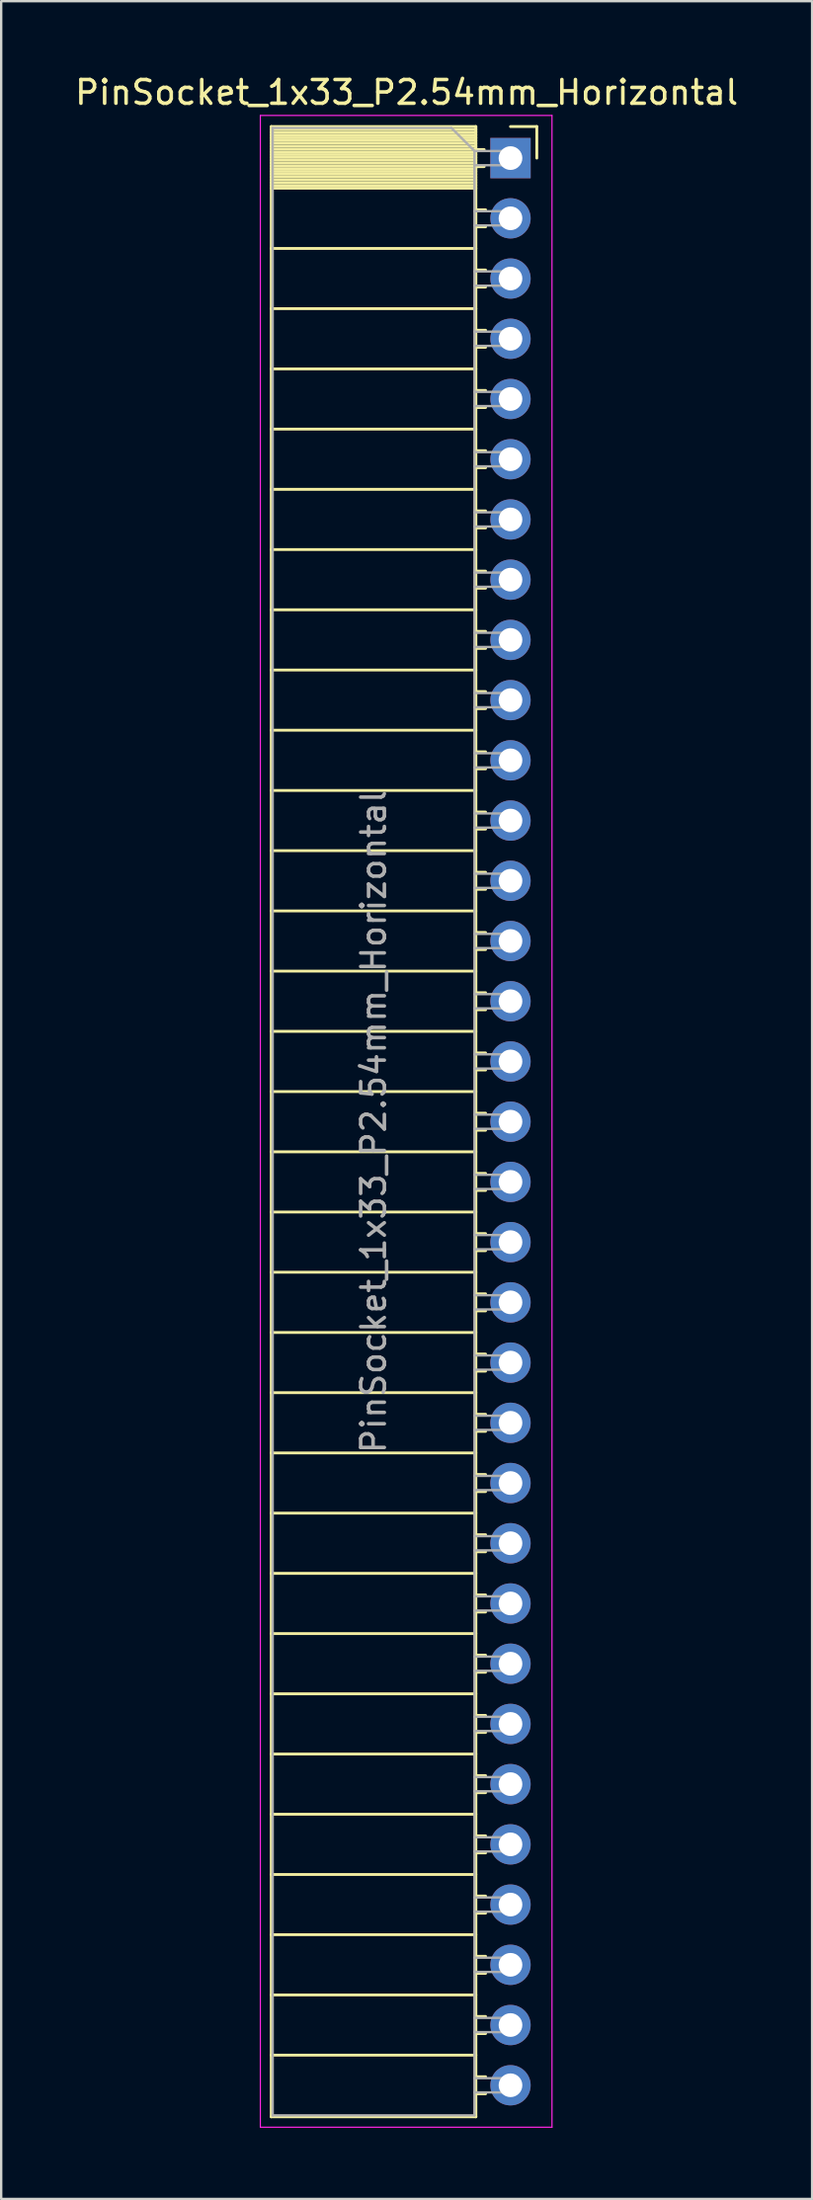
<source format=kicad_pcb>
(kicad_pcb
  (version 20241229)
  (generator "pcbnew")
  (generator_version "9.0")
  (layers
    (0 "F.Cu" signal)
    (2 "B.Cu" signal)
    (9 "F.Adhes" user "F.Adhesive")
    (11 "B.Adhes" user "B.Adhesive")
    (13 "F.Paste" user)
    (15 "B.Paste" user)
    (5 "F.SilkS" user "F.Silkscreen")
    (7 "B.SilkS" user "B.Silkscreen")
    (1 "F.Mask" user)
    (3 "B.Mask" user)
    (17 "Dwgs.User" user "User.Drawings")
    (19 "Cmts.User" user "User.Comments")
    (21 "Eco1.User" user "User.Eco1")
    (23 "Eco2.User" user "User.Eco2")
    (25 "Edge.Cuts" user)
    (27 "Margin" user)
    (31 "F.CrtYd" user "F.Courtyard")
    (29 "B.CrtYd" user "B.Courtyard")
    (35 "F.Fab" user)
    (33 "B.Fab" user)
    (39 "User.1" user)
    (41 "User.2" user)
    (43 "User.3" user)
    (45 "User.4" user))
  (footprint "PinSocket_1x33_P2.54mm_Horizontal"
    (layer "F.Cu")
    (at 18.481 3.618)
    (property "Reference" "PinSocket_1x33_P2.54mm_Horizontal" (at -4.38 -2.77 0) (layer "F.SilkS") (effects (font (size 1 1) (thickness 0.15))))
    (attr through_hole)
    (fp_line (start -10.09 -1.33) (end -10.09 82.61) (stroke (width 0.12) (type solid)) (layer "F.SilkS"))
    (fp_line (start -10.09 -1.33) (end -1.46 -1.33) (stroke (width 0.12) (type solid)) (layer "F.SilkS"))
    (fp_line (start -10.09 -1.21) (end -1.46 -1.21) (stroke (width 0.12) (type solid)) (layer "F.SilkS"))
    (fp_line (start -10.09 -1.092) (end -1.46 -1.092) (stroke (width 0.12) (type solid)) (layer "F.SilkS"))
    (fp_line (start -10.09 -0.974) (end -1.46 -0.974) (stroke (width 0.12) (type solid)) (layer "F.SilkS"))
    (fp_line (start -10.09 -0.856) (end -1.46 -0.856) (stroke (width 0.12) (type solid)) (layer "F.SilkS"))
    (fp_line (start -10.09 -0.738) (end -1.46 -0.738) (stroke (width 0.12) (type solid)) (layer "F.SilkS"))
    (fp_line (start -10.09 -0.62) (end -1.46 -0.62) (stroke (width 0.12) (type solid)) (layer "F.SilkS"))
    (fp_line (start -10.09 -0.501) (end -1.46 -0.501) (stroke (width 0.12) (type solid)) (layer "F.SilkS"))
    (fp_line (start -10.09 -0.383) (end -1.46 -0.383) (stroke (width 0.12) (type solid)) (layer "F.SilkS"))
    (fp_line (start -10.09 -0.265) (end -1.46 -0.265) (stroke (width 0.12) (type solid)) (layer "F.SilkS"))
    (fp_line (start -10.09 -0.147) (end -1.46 -0.147) (stroke (width 0.12) (type solid)) (layer "F.SilkS"))
    (fp_line (start -10.09 -0.029) (end -1.46 -0.029) (stroke (width 0.12) (type solid)) (layer "F.SilkS"))
    (fp_line (start -10.09 0.089) (end -1.46 0.089) (stroke (width 0.12) (type solid)) (layer "F.SilkS"))
    (fp_line (start -10.09 0.207) (end -1.46 0.207) (stroke (width 0.12) (type solid)) (layer "F.SilkS"))
    (fp_line (start -10.09 0.325) (end -1.46 0.325) (stroke (width 0.12) (type solid)) (layer "F.SilkS"))
    (fp_line (start -10.09 0.443) (end -1.46 0.443) (stroke (width 0.12) (type solid)) (layer "F.SilkS"))
    (fp_line (start -10.09 0.561) (end -1.46 0.561) (stroke (width 0.12) (type solid)) (layer "F.SilkS"))
    (fp_line (start -10.09 0.68) (end -1.46 0.68) (stroke (width 0.12) (type solid)) (layer "F.SilkS"))
    (fp_line (start -10.09 0.798) (end -1.46 0.798) (stroke (width 0.12) (type solid)) (layer "F.SilkS"))
    (fp_line (start -10.09 0.916) (end -1.46 0.916) (stroke (width 0.12) (type solid)) (layer "F.SilkS"))
    (fp_line (start -10.09 1.034) (end -1.46 1.034) (stroke (width 0.12) (type solid)) (layer "F.SilkS"))
    (fp_line (start -10.09 1.152) (end -1.46 1.152) (stroke (width 0.12) (type solid)) (layer "F.SilkS"))
    (fp_line (start -10.09 1.27) (end -1.46 1.27) (stroke (width 0.12) (type solid)) (layer "F.SilkS"))
    (fp_line (start -10.09 3.81) (end -1.46 3.81) (stroke (width 0.12) (type solid)) (layer "F.SilkS"))
    (fp_line (start -10.09 6.35) (end -1.46 6.35) (stroke (width 0.12) (type solid)) (layer "F.SilkS"))
    (fp_line (start -10.09 8.89) (end -1.46 8.89) (stroke (width 0.12) (type solid)) (layer "F.SilkS"))
    (fp_line (start -10.09 11.43) (end -1.46 11.43) (stroke (width 0.12) (type solid)) (layer "F.SilkS"))
    (fp_line (start -10.09 13.97) (end -1.46 13.97) (stroke (width 0.12) (type solid)) (layer "F.SilkS"))
    (fp_line (start -10.09 16.51) (end -1.46 16.51) (stroke (width 0.12) (type solid)) (layer "F.SilkS"))
    (fp_line (start -10.09 19.05) (end -1.46 19.05) (stroke (width 0.12) (type solid)) (layer "F.SilkS"))
    (fp_line (start -10.09 21.59) (end -1.46 21.59) (stroke (width 0.12) (type solid)) (layer "F.SilkS"))
    (fp_line (start -10.09 24.13) (end -1.46 24.13) (stroke (width 0.12) (type solid)) (layer "F.SilkS"))
    (fp_line (start -10.09 26.67) (end -1.46 26.67) (stroke (width 0.12) (type solid)) (layer "F.SilkS"))
    (fp_line (start -10.09 29.21) (end -1.46 29.21) (stroke (width 0.12) (type solid)) (layer "F.SilkS"))
    (fp_line (start -10.09 31.75) (end -1.46 31.75) (stroke (width 0.12) (type solid)) (layer "F.SilkS"))
    (fp_line (start -10.09 34.29) (end -1.46 34.29) (stroke (width 0.12) (type solid)) (layer "F.SilkS"))
    (fp_line (start -10.09 36.83) (end -1.46 36.83) (stroke (width 0.12) (type solid)) (layer "F.SilkS"))
    (fp_line (start -10.09 39.37) (end -1.46 39.37) (stroke (width 0.12) (type solid)) (layer "F.SilkS"))
    (fp_line (start -10.09 41.91) (end -1.46 41.91) (stroke (width 0.12) (type solid)) (layer "F.SilkS"))
    (fp_line (start -10.09 44.45) (end -1.46 44.45) (stroke (width 0.12) (type solid)) (layer "F.SilkS"))
    (fp_line (start -10.09 46.99) (end -1.46 46.99) (stroke (width 0.12) (type solid)) (layer "F.SilkS"))
    (fp_line (start -10.09 49.53) (end -1.46 49.53) (stroke (width 0.12) (type solid)) (layer "F.SilkS"))
    (fp_line (start -10.09 52.07) (end -1.46 52.07) (stroke (width 0.12) (type solid)) (layer "F.SilkS"))
    (fp_line (start -10.09 54.61) (end -1.46 54.61) (stroke (width 0.12) (type solid)) (layer "F.SilkS"))
    (fp_line (start -10.09 57.15) (end -1.46 57.15) (stroke (width 0.12) (type solid)) (layer "F.SilkS"))
    (fp_line (start -10.09 59.69) (end -1.46 59.69) (stroke (width 0.12) (type solid)) (layer "F.SilkS"))
    (fp_line (start -10.09 62.23) (end -1.46 62.23) (stroke (width 0.12) (type solid)) (layer "F.SilkS"))
    (fp_line (start -10.09 64.77) (end -1.46 64.77) (stroke (width 0.12) (type solid)) (layer "F.SilkS"))
    (fp_line (start -10.09 67.31) (end -1.46 67.31) (stroke (width 0.12) (type solid)) (layer "F.SilkS"))
    (fp_line (start -10.09 69.85) (end -1.46 69.85) (stroke (width 0.12) (type solid)) (layer "F.SilkS"))
    (fp_line (start -10.09 72.39) (end -1.46 72.39) (stroke (width 0.12) (type solid)) (layer "F.SilkS"))
    (fp_line (start -10.09 74.93) (end -1.46 74.93) (stroke (width 0.12) (type solid)) (layer "F.SilkS"))
    (fp_line (start -10.09 77.47) (end -1.46 77.47) (stroke (width 0.12) (type solid)) (layer "F.SilkS"))
    (fp_line (start -10.09 80.01) (end -1.46 80.01) (stroke (width 0.12) (type solid)) (layer "F.SilkS"))
    (fp_line (start -10.09 82.61) (end -1.46 82.61) (stroke (width 0.12) (type solid)) (layer "F.SilkS"))
    (fp_line (start -1.46 -1.33) (end -1.46 82.61) (stroke (width 0.12) (type solid)) (layer "F.SilkS"))
    (fp_line (start -1.46 -0.36) (end -1.11 -0.36) (stroke (width 0.12) (type solid)) (layer "F.SilkS"))
    (fp_line (start -1.46 0.36) (end -1.11 0.36) (stroke (width 0.12) (type solid)) (layer "F.SilkS"))
    (fp_line (start -1.46 2.18) (end -1.05 2.18) (stroke (width 0.12) (type solid)) (layer "F.SilkS"))
    (fp_line (start -1.46 2.9) (end -1.05 2.9) (stroke (width 0.12) (type solid)) (layer "F.SilkS"))
    (fp_line (start -1.46 4.72) (end -1.05 4.72) (stroke (width 0.12) (type solid)) (layer "F.SilkS"))
    (fp_line (start -1.46 5.44) (end -1.05 5.44) (stroke (width 0.12) (type solid)) (layer "F.SilkS"))
    (fp_line (start -1.46 7.26) (end -1.05 7.26) (stroke (width 0.12) (type solid)) (layer "F.SilkS"))
    (fp_line (start -1.46 7.98) (end -1.05 7.98) (stroke (width 0.12) (type solid)) (layer "F.SilkS"))
    (fp_line (start -1.46 9.8) (end -1.05 9.8) (stroke (width 0.12) (type solid)) (layer "F.SilkS"))
    (fp_line (start -1.46 10.52) (end -1.05 10.52) (stroke (width 0.12) (type solid)) (layer "F.SilkS"))
    (fp_line (start -1.46 12.34) (end -1.05 12.34) (stroke (width 0.12) (type solid)) (layer "F.SilkS"))
    (fp_line (start -1.46 13.06) (end -1.05 13.06) (stroke (width 0.12) (type solid)) (layer "F.SilkS"))
    (fp_line (start -1.46 14.88) (end -1.05 14.88) (stroke (width 0.12) (type solid)) (layer "F.SilkS"))
    (fp_line (start -1.46 15.6) (end -1.05 15.6) (stroke (width 0.12) (type solid)) (layer "F.SilkS"))
    (fp_line (start -1.46 17.42) (end -1.05 17.42) (stroke (width 0.12) (type solid)) (layer "F.SilkS"))
    (fp_line (start -1.46 18.14) (end -1.05 18.14) (stroke (width 0.12) (type solid)) (layer "F.SilkS"))
    (fp_line (start -1.46 19.96) (end -1.05 19.96) (stroke (width 0.12) (type solid)) (layer "F.SilkS"))
    (fp_line (start -1.46 20.68) (end -1.05 20.68) (stroke (width 0.12) (type solid)) (layer "F.SilkS"))
    (fp_line (start -1.46 22.5) (end -1.05 22.5) (stroke (width 0.12) (type solid)) (layer "F.SilkS"))
    (fp_line (start -1.46 23.22) (end -1.05 23.22) (stroke (width 0.12) (type solid)) (layer "F.SilkS"))
    (fp_line (start -1.46 25.04) (end -1.05 25.04) (stroke (width 0.12) (type solid)) (layer "F.SilkS"))
    (fp_line (start -1.46 25.76) (end -1.05 25.76) (stroke (width 0.12) (type solid)) (layer "F.SilkS"))
    (fp_line (start -1.46 27.58) (end -1.05 27.58) (stroke (width 0.12) (type solid)) (layer "F.SilkS"))
    (fp_line (start -1.46 28.3) (end -1.05 28.3) (stroke (width 0.12) (type solid)) (layer "F.SilkS"))
    (fp_line (start -1.46 30.12) (end -1.05 30.12) (stroke (width 0.12) (type solid)) (layer "F.SilkS"))
    (fp_line (start -1.46 30.84) (end -1.05 30.84) (stroke (width 0.12) (type solid)) (layer "F.SilkS"))
    (fp_line (start -1.46 32.66) (end -1.05 32.66) (stroke (width 0.12) (type solid)) (layer "F.SilkS"))
    (fp_line (start -1.46 33.38) (end -1.05 33.38) (stroke (width 0.12) (type solid)) (layer "F.SilkS"))
    (fp_line (start -1.46 35.2) (end -1.05 35.2) (stroke (width 0.12) (type solid)) (layer "F.SilkS"))
    (fp_line (start -1.46 35.92) (end -1.05 35.92) (stroke (width 0.12) (type solid)) (layer "F.SilkS"))
    (fp_line (start -1.46 37.74) (end -1.05 37.74) (stroke (width 0.12) (type solid)) (layer "F.SilkS"))
    (fp_line (start -1.46 38.46) (end -1.05 38.46) (stroke (width 0.12) (type solid)) (layer "F.SilkS"))
    (fp_line (start -1.46 40.28) (end -1.05 40.28) (stroke (width 0.12) (type solid)) (layer "F.SilkS"))
    (fp_line (start -1.46 41) (end -1.05 41) (stroke (width 0.12) (type solid)) (layer "F.SilkS"))
    (fp_line (start -1.46 42.82) (end -1.05 42.82) (stroke (width 0.12) (type solid)) (layer "F.SilkS"))
    (fp_line (start -1.46 43.54) (end -1.05 43.54) (stroke (width 0.12) (type solid)) (layer "F.SilkS"))
    (fp_line (start -1.46 45.36) (end -1.05 45.36) (stroke (width 0.12) (type solid)) (layer "F.SilkS"))
    (fp_line (start -1.46 46.08) (end -1.05 46.08) (stroke (width 0.12) (type solid)) (layer "F.SilkS"))
    (fp_line (start -1.46 47.9) (end -1.05 47.9) (stroke (width 0.12) (type solid)) (layer "F.SilkS"))
    (fp_line (start -1.46 48.62) (end -1.05 48.62) (stroke (width 0.12) (type solid)) (layer "F.SilkS"))
    (fp_line (start -1.46 50.44) (end -1.05 50.44) (stroke (width 0.12) (type solid)) (layer "F.SilkS"))
    (fp_line (start -1.46 51.16) (end -1.05 51.16) (stroke (width 0.12) (type solid)) (layer "F.SilkS"))
    (fp_line (start -1.46 52.98) (end -1.05 52.98) (stroke (width 0.12) (type solid)) (layer "F.SilkS"))
    (fp_line (start -1.46 53.7) (end -1.05 53.7) (stroke (width 0.12) (type solid)) (layer "F.SilkS"))
    (fp_line (start -1.46 55.52) (end -1.05 55.52) (stroke (width 0.12) (type solid)) (layer "F.SilkS"))
    (fp_line (start -1.46 56.24) (end -1.05 56.24) (stroke (width 0.12) (type solid)) (layer "F.SilkS"))
    (fp_line (start -1.46 58.06) (end -1.05 58.06) (stroke (width 0.12) (type solid)) (layer "F.SilkS"))
    (fp_line (start -1.46 58.78) (end -1.05 58.78) (stroke (width 0.12) (type solid)) (layer "F.SilkS"))
    (fp_line (start -1.46 60.6) (end -1.05 60.6) (stroke (width 0.12) (type solid)) (layer "F.SilkS"))
    (fp_line (start -1.46 61.32) (end -1.05 61.32) (stroke (width 0.12) (type solid)) (layer "F.SilkS"))
    (fp_line (start -1.46 63.14) (end -1.05 63.14) (stroke (width 0.12) (type solid)) (layer "F.SilkS"))
    (fp_line (start -1.46 63.86) (end -1.05 63.86) (stroke (width 0.12) (type solid)) (layer "F.SilkS"))
    (fp_line (start -1.46 65.68) (end -1.05 65.68) (stroke (width 0.12) (type solid)) (layer "F.SilkS"))
    (fp_line (start -1.46 66.4) (end -1.05 66.4) (stroke (width 0.12) (type solid)) (layer "F.SilkS"))
    (fp_line (start -1.46 68.22) (end -1.05 68.22) (stroke (width 0.12) (type solid)) (layer "F.SilkS"))
    (fp_line (start -1.46 68.94) (end -1.05 68.94) (stroke (width 0.12) (type solid)) (layer "F.SilkS"))
    (fp_line (start -1.46 70.76) (end -1.05 70.76) (stroke (width 0.12) (type solid)) (layer "F.SilkS"))
    (fp_line (start -1.46 71.48) (end -1.05 71.48) (stroke (width 0.12) (type solid)) (layer "F.SilkS"))
    (fp_line (start -1.46 73.3) (end -1.05 73.3) (stroke (width 0.12) (type solid)) (layer "F.SilkS"))
    (fp_line (start -1.46 74.02) (end -1.05 74.02) (stroke (width 0.12) (type solid)) (layer "F.SilkS"))
    (fp_line (start -1.46 75.84) (end -1.05 75.84) (stroke (width 0.12) (type solid)) (layer "F.SilkS"))
    (fp_line (start -1.46 76.56) (end -1.05 76.56) (stroke (width 0.12) (type solid)) (layer "F.SilkS"))
    (fp_line (start -1.46 78.38) (end -1.05 78.38) (stroke (width 0.12) (type solid)) (layer "F.SilkS"))
    (fp_line (start -1.46 79.1) (end -1.05 79.1) (stroke (width 0.12) (type solid)) (layer "F.SilkS"))
    (fp_line (start -1.46 80.92) (end -1.05 80.92) (stroke (width 0.12) (type solid)) (layer "F.SilkS"))
    (fp_line (start -1.46 81.64) (end -1.05 81.64) (stroke (width 0.12) (type solid)) (layer "F.SilkS"))
    (fp_line (start 0 -1.33) (end 1.11 -1.33) (stroke (width 0.12) (type solid)) (layer "F.SilkS"))
    (fp_line (start 1.11 -1.33) (end 1.11 0) (stroke (width 0.12) (type solid)) (layer "F.SilkS"))
    (fp_line (start -10.55 -1.8) (end -10.55 83.05) (stroke (width 0.05) (type solid)) (layer "F.CrtYd"))
    (fp_line (start -10.55 83.05) (end 1.75 83.05) (stroke (width 0.05) (type solid)) (layer "F.CrtYd"))
    (fp_line (start 1.75 -1.8) (end -10.55 -1.8) (stroke (width 0.05) (type solid)) (layer "F.CrtYd"))
    (fp_line (start 1.75 83.05) (end 1.75 -1.8) (stroke (width 0.05) (type solid)) (layer "F.CrtYd"))
    (fp_line (start -10.03 -1.27) (end -2.49 -1.27) (stroke (width 0.1) (type solid)) (layer "F.Fab"))
    (fp_line (start -10.03 82.55) (end -10.03 -1.27) (stroke (width 0.1) (type solid)) (layer "F.Fab"))
    (fp_line (start -2.49 -1.27) (end -1.52 -0.3) (stroke (width 0.1) (type solid)) (layer "F.Fab"))
    (fp_line (start -1.52 -0.3) (end -1.52 82.55) (stroke (width 0.1) (type solid)) (layer "F.Fab"))
    (fp_line (start -1.52 0.3) (end 0 0.3) (stroke (width 0.1) (type solid)) (layer "F.Fab"))
    (fp_line (start -1.52 2.84) (end 0 2.84) (stroke (width 0.1) (type solid)) (layer "F.Fab"))
    (fp_line (start -1.52 5.38) (end 0 5.38) (stroke (width 0.1) (type solid)) (layer "F.Fab"))
    (fp_line (start -1.52 7.92) (end 0 7.92) (stroke (width 0.1) (type solid)) (layer "F.Fab"))
    (fp_line (start -1.52 10.46) (end 0 10.46) (stroke (width 0.1) (type solid)) (layer "F.Fab"))
    (fp_line (start -1.52 13) (end 0 13) (stroke (width 0.1) (type solid)) (layer "F.Fab"))
    (fp_line (start -1.52 15.54) (end 0 15.54) (stroke (width 0.1) (type solid)) (layer "F.Fab"))
    (fp_line (start -1.52 18.08) (end 0 18.08) (stroke (width 0.1) (type solid)) (layer "F.Fab"))
    (fp_line (start -1.52 20.62) (end 0 20.62) (stroke (width 0.1) (type solid)) (layer "F.Fab"))
    (fp_line (start -1.52 23.16) (end 0 23.16) (stroke (width 0.1) (type solid)) (layer "F.Fab"))
    (fp_line (start -1.52 25.7) (end 0 25.7) (stroke (width 0.1) (type solid)) (layer "F.Fab"))
    (fp_line (start -1.52 28.24) (end 0 28.24) (stroke (width 0.1) (type solid)) (layer "F.Fab"))
    (fp_line (start -1.52 30.78) (end 0 30.78) (stroke (width 0.1) (type solid)) (layer "F.Fab"))
    (fp_line (start -1.52 33.32) (end 0 33.32) (stroke (width 0.1) (type solid)) (layer "F.Fab"))
    (fp_line (start -1.52 35.86) (end 0 35.86) (stroke (width 0.1) (type solid)) (layer "F.Fab"))
    (fp_line (start -1.52 38.4) (end 0 38.4) (stroke (width 0.1) (type solid)) (layer "F.Fab"))
    (fp_line (start -1.52 40.94) (end 0 40.94) (stroke (width 0.1) (type solid)) (layer "F.Fab"))
    (fp_line (start -1.52 43.48) (end 0 43.48) (stroke (width 0.1) (type solid)) (layer "F.Fab"))
    (fp_line (start -1.52 46.02) (end 0 46.02) (stroke (width 0.1) (type solid)) (layer "F.Fab"))
    (fp_line (start -1.52 48.56) (end 0 48.56) (stroke (width 0.1) (type solid)) (layer "F.Fab"))
    (fp_line (start -1.52 51.1) (end 0 51.1) (stroke (width 0.1) (type solid)) (layer "F.Fab"))
    (fp_line (start -1.52 53.64) (end 0 53.64) (stroke (width 0.1) (type solid)) (layer "F.Fab"))
    (fp_line (start -1.52 56.18) (end 0 56.18) (stroke (width 0.1) (type solid)) (layer "F.Fab"))
    (fp_line (start -1.52 58.72) (end 0 58.72) (stroke (width 0.1) (type solid)) (layer "F.Fab"))
    (fp_line (start -1.52 61.26) (end 0 61.26) (stroke (width 0.1) (type solid)) (layer "F.Fab"))
    (fp_line (start -1.52 63.8) (end 0 63.8) (stroke (width 0.1) (type solid)) (layer "F.Fab"))
    (fp_line (start -1.52 66.34) (end 0 66.34) (stroke (width 0.1) (type solid)) (layer "F.Fab"))
    (fp_line (start -1.52 68.88) (end 0 68.88) (stroke (width 0.1) (type solid)) (layer "F.Fab"))
    (fp_line (start -1.52 71.42) (end 0 71.42) (stroke (width 0.1) (type solid)) (layer "F.Fab"))
    (fp_line (start -1.52 73.96) (end 0 73.96) (stroke (width 0.1) (type solid)) (layer "F.Fab"))
    (fp_line (start -1.52 76.5) (end 0 76.5) (stroke (width 0.1) (type solid)) (layer "F.Fab"))
    (fp_line (start -1.52 79.04) (end 0 79.04) (stroke (width 0.1) (type solid)) (layer "F.Fab"))
    (fp_line (start -1.52 81.58) (end 0 81.58) (stroke (width 0.1) (type solid)) (layer "F.Fab"))
    (fp_line (start -1.52 82.55) (end -10.03 82.55) (stroke (width 0.1) (type solid)) (layer "F.Fab"))
    (fp_line (start 0 -0.3) (end -1.52 -0.3) (stroke (width 0.1) (type solid)) (layer "F.Fab"))
    (fp_line (start 0 0.3) (end 0 -0.3) (stroke (width 0.1) (type solid)) (layer "F.Fab"))
    (fp_line (start 0 2.24) (end -1.52 2.24) (stroke (width 0.1) (type solid)) (layer "F.Fab"))
    (fp_line (start 0 2.84) (end 0 2.24) (stroke (width 0.1) (type solid)) (layer "F.Fab"))
    (fp_line (start 0 4.78) (end -1.52 4.78) (stroke (width 0.1) (type solid)) (layer "F.Fab"))
    (fp_line (start 0 5.38) (end 0 4.78) (stroke (width 0.1) (type solid)) (layer "F.Fab"))
    (fp_line (start 0 7.32) (end -1.52 7.32) (stroke (width 0.1) (type solid)) (layer "F.Fab"))
    (fp_line (start 0 7.92) (end 0 7.32) (stroke (width 0.1) (type solid)) (layer "F.Fab"))
    (fp_line (start 0 9.86) (end -1.52 9.86) (stroke (width 0.1) (type solid)) (layer "F.Fab"))
    (fp_line (start 0 10.46) (end 0 9.86) (stroke (width 0.1) (type solid)) (layer "F.Fab"))
    (fp_line (start 0 12.4) (end -1.52 12.4) (stroke (width 0.1) (type solid)) (layer "F.Fab"))
    (fp_line (start 0 13) (end 0 12.4) (stroke (width 0.1) (type solid)) (layer "F.Fab"))
    (fp_line (start 0 14.94) (end -1.52 14.94) (stroke (width 0.1) (type solid)) (layer "F.Fab"))
    (fp_line (start 0 15.54) (end 0 14.94) (stroke (width 0.1) (type solid)) (layer "F.Fab"))
    (fp_line (start 0 17.48) (end -1.52 17.48) (stroke (width 0.1) (type solid)) (layer "F.Fab"))
    (fp_line (start 0 18.08) (end 0 17.48) (stroke (width 0.1) (type solid)) (layer "F.Fab"))
    (fp_line (start 0 20.02) (end -1.52 20.02) (stroke (width 0.1) (type solid)) (layer "F.Fab"))
    (fp_line (start 0 20.62) (end 0 20.02) (stroke (width 0.1) (type solid)) (layer "F.Fab"))
    (fp_line (start 0 22.56) (end -1.52 22.56) (stroke (width 0.1) (type solid)) (layer "F.Fab"))
    (fp_line (start 0 23.16) (end 0 22.56) (stroke (width 0.1) (type solid)) (layer "F.Fab"))
    (fp_line (start 0 25.1) (end -1.52 25.1) (stroke (width 0.1) (type solid)) (layer "F.Fab"))
    (fp_line (start 0 25.7) (end 0 25.1) (stroke (width 0.1) (type solid)) (layer "F.Fab"))
    (fp_line (start 0 27.64) (end -1.52 27.64) (stroke (width 0.1) (type solid)) (layer "F.Fab"))
    (fp_line (start 0 28.24) (end 0 27.64) (stroke (width 0.1) (type solid)) (layer "F.Fab"))
    (fp_line (start 0 30.18) (end -1.52 30.18) (stroke (width 0.1) (type solid)) (layer "F.Fab"))
    (fp_line (start 0 30.78) (end 0 30.18) (stroke (width 0.1) (type solid)) (layer "F.Fab"))
    (fp_line (start 0 32.72) (end -1.52 32.72) (stroke (width 0.1) (type solid)) (layer "F.Fab"))
    (fp_line (start 0 33.32) (end 0 32.72) (stroke (width 0.1) (type solid)) (layer "F.Fab"))
    (fp_line (start 0 35.26) (end -1.52 35.26) (stroke (width 0.1) (type solid)) (layer "F.Fab"))
    (fp_line (start 0 35.86) (end 0 35.26) (stroke (width 0.1) (type solid)) (layer "F.Fab"))
    (fp_line (start 0 37.8) (end -1.52 37.8) (stroke (width 0.1) (type solid)) (layer "F.Fab"))
    (fp_line (start 0 38.4) (end 0 37.8) (stroke (width 0.1) (type solid)) (layer "F.Fab"))
    (fp_line (start 0 40.34) (end -1.52 40.34) (stroke (width 0.1) (type solid)) (layer "F.Fab"))
    (fp_line (start 0 40.94) (end 0 40.34) (stroke (width 0.1) (type solid)) (layer "F.Fab"))
    (fp_line (start 0 42.88) (end -1.52 42.88) (stroke (width 0.1) (type solid)) (layer "F.Fab"))
    (fp_line (start 0 43.48) (end 0 42.88) (stroke (width 0.1) (type solid)) (layer "F.Fab"))
    (fp_line (start 0 45.42) (end -1.52 45.42) (stroke (width 0.1) (type solid)) (layer "F.Fab"))
    (fp_line (start 0 46.02) (end 0 45.42) (stroke (width 0.1) (type solid)) (layer "F.Fab"))
    (fp_line (start 0 47.96) (end -1.52 47.96) (stroke (width 0.1) (type solid)) (layer "F.Fab"))
    (fp_line (start 0 48.56) (end 0 47.96) (stroke (width 0.1) (type solid)) (layer "F.Fab"))
    (fp_line (start 0 50.5) (end -1.52 50.5) (stroke (width 0.1) (type solid)) (layer "F.Fab"))
    (fp_line (start 0 51.1) (end 0 50.5) (stroke (width 0.1) (type solid)) (layer "F.Fab"))
    (fp_line (start 0 53.04) (end -1.52 53.04) (stroke (width 0.1) (type solid)) (layer "F.Fab"))
    (fp_line (start 0 53.64) (end 0 53.04) (stroke (width 0.1) (type solid)) (layer "F.Fab"))
    (fp_line (start 0 55.58) (end -1.52 55.58) (stroke (width 0.1) (type solid)) (layer "F.Fab"))
    (fp_line (start 0 56.18) (end 0 55.58) (stroke (width 0.1) (type solid)) (layer "F.Fab"))
    (fp_line (start 0 58.12) (end -1.52 58.12) (stroke (width 0.1) (type solid)) (layer "F.Fab"))
    (fp_line (start 0 58.72) (end 0 58.12) (stroke (width 0.1) (type solid)) (layer "F.Fab"))
    (fp_line (start 0 60.66) (end -1.52 60.66) (stroke (width 0.1) (type solid)) (layer "F.Fab"))
    (fp_line (start 0 61.26) (end 0 60.66) (stroke (width 0.1) (type solid)) (layer "F.Fab"))
    (fp_line (start 0 63.2) (end -1.52 63.2) (stroke (width 0.1) (type solid)) (layer "F.Fab"))
    (fp_line (start 0 63.8) (end 0 63.2) (stroke (width 0.1) (type solid)) (layer "F.Fab"))
    (fp_line (start 0 65.74) (end -1.52 65.74) (stroke (width 0.1) (type solid)) (layer "F.Fab"))
    (fp_line (start 0 66.34) (end 0 65.74) (stroke (width 0.1) (type solid)) (layer "F.Fab"))
    (fp_line (start 0 68.28) (end -1.52 68.28) (stroke (width 0.1) (type solid)) (layer "F.Fab"))
    (fp_line (start 0 68.88) (end 0 68.28) (stroke (width 0.1) (type solid)) (layer "F.Fab"))
    (fp_line (start 0 70.82) (end -1.52 70.82) (stroke (width 0.1) (type solid)) (layer "F.Fab"))
    (fp_line (start 0 71.42) (end 0 70.82) (stroke (width 0.1) (type solid)) (layer "F.Fab"))
    (fp_line (start 0 73.36) (end -1.52 73.36) (stroke (width 0.1) (type solid)) (layer "F.Fab"))
    (fp_line (start 0 73.96) (end 0 73.36) (stroke (width 0.1) (type solid)) (layer "F.Fab"))
    (fp_line (start 0 75.9) (end -1.52 75.9) (stroke (width 0.1) (type solid)) (layer "F.Fab"))
    (fp_line (start 0 76.5) (end 0 75.9) (stroke (width 0.1) (type solid)) (layer "F.Fab"))
    (fp_line (start 0 78.44) (end -1.52 78.44) (stroke (width 0.1) (type solid)) (layer "F.Fab"))
    (fp_line (start 0 79.04) (end 0 78.44) (stroke (width 0.1) (type solid)) (layer "F.Fab"))
    (fp_line (start 0 80.98) (end -1.52 80.98) (stroke (width 0.1) (type solid)) (layer "F.Fab"))
    (fp_line (start 0 81.58) (end 0 80.98) (stroke (width 0.1) (type solid)) (layer "F.Fab"))
    (fp_text user "${REFERENCE}" (at -5.775 40.64 90) (layer "F.Fab") (effects (font (size 1 1) (thickness 0.15))))
    (pad "1" thru_hole rect (at 0 0) (size 1.7 1.7) (drill 1) (layers "*.Cu" "*.Mask"))
    (pad "2" thru_hole circle (at 0 2.54) (size 1.7 1.7) (drill 1) (layers "*.Cu" "*.Mask"))
    (pad "3" thru_hole circle (at 0 5.08) (size 1.7 1.7) (drill 1) (layers "*.Cu" "*.Mask"))
    (pad "4" thru_hole circle (at 0 7.62) (size 1.7 1.7) (drill 1) (layers "*.Cu" "*.Mask"))
    (pad "5" thru_hole circle (at 0 10.16) (size 1.7 1.7) (drill 1) (layers "*.Cu" "*.Mask"))
    (pad "6" thru_hole circle (at 0 12.7) (size 1.7 1.7) (drill 1) (layers "*.Cu" "*.Mask"))
    (pad "7" thru_hole circle (at 0 15.24) (size 1.7 1.7) (drill 1) (layers "*.Cu" "*.Mask"))
    (pad "8" thru_hole circle (at 0 17.78) (size 1.7 1.7) (drill 1) (layers "*.Cu" "*.Mask"))
    (pad "9" thru_hole circle (at 0 20.32) (size 1.7 1.7) (drill 1) (layers "*.Cu" "*.Mask"))
    (pad "10" thru_hole circle (at 0 22.86) (size 1.7 1.7) (drill 1) (layers "*.Cu" "*.Mask"))
    (pad "11" thru_hole circle (at 0 25.4) (size 1.7 1.7) (drill 1) (layers "*.Cu" "*.Mask"))
    (pad "12" thru_hole circle (at 0 27.94) (size 1.7 1.7) (drill 1) (layers "*.Cu" "*.Mask"))
    (pad "13" thru_hole circle (at 0 30.48) (size 1.7 1.7) (drill 1) (layers "*.Cu" "*.Mask"))
    (pad "14" thru_hole circle (at 0 33.02) (size 1.7 1.7) (drill 1) (layers "*.Cu" "*.Mask"))
    (pad "15" thru_hole circle (at 0 35.56) (size 1.7 1.7) (drill 1) (layers "*.Cu" "*.Mask"))
    (pad "16" thru_hole circle (at 0 38.1) (size 1.7 1.7) (drill 1) (layers "*.Cu" "*.Mask"))
    (pad "17" thru_hole circle (at 0 40.64) (size 1.7 1.7) (drill 1) (layers "*.Cu" "*.Mask"))
    (pad "18" thru_hole circle (at 0 43.18) (size 1.7 1.7) (drill 1) (layers "*.Cu" "*.Mask"))
    (pad "19" thru_hole circle (at 0 45.72) (size 1.7 1.7) (drill 1) (layers "*.Cu" "*.Mask"))
    (pad "20" thru_hole circle (at 0 48.26) (size 1.7 1.7) (drill 1) (layers "*.Cu" "*.Mask"))
    (pad "21" thru_hole circle (at 0 50.8) (size 1.7 1.7) (drill 1) (layers "*.Cu" "*.Mask"))
    (pad "22" thru_hole circle (at 0 53.34) (size 1.7 1.7) (drill 1) (layers "*.Cu" "*.Mask"))
    (pad "23" thru_hole circle (at 0 55.88) (size 1.7 1.7) (drill 1) (layers "*.Cu" "*.Mask"))
    (pad "24" thru_hole circle (at 0 58.42) (size 1.7 1.7) (drill 1) (layers "*.Cu" "*.Mask"))
    (pad "25" thru_hole circle (at 0 60.96) (size 1.7 1.7) (drill 1) (layers "*.Cu" "*.Mask"))
    (pad "26" thru_hole circle (at 0 63.5) (size 1.7 1.7) (drill 1) (layers "*.Cu" "*.Mask"))
    (pad "27" thru_hole circle (at 0 66.04) (size 1.7 1.7) (drill 1) (layers "*.Cu" "*.Mask"))
    (pad "28" thru_hole circle (at 0 68.58) (size 1.7 1.7) (drill 1) (layers "*.Cu" "*.Mask"))
    (pad "29" thru_hole circle (at 0 71.12) (size 1.7 1.7) (drill 1) (layers "*.Cu" "*.Mask"))
    (pad "30" thru_hole circle (at 0 73.66) (size 1.7 1.7) (drill 1) (layers "*.Cu" "*.Mask"))
    (pad "31" thru_hole circle (at 0 76.2) (size 1.7 1.7) (drill 1) (layers "*.Cu" "*.Mask"))
    (pad "32" thru_hole circle (at 0 78.74) (size 1.7 1.7) (drill 1) (layers "*.Cu" "*.Mask"))
    (pad "33" thru_hole circle (at 0 81.28) (size 1.7 1.7) (drill 1) (layers "*.Cu" "*.Mask")))
  (gr_rect
    (start -3 -3)
    (end 31.202 89.693)
    (stroke (width 0.1) (type default))
    (fill no)
    (layer "Edge.Cuts")))
</source>
